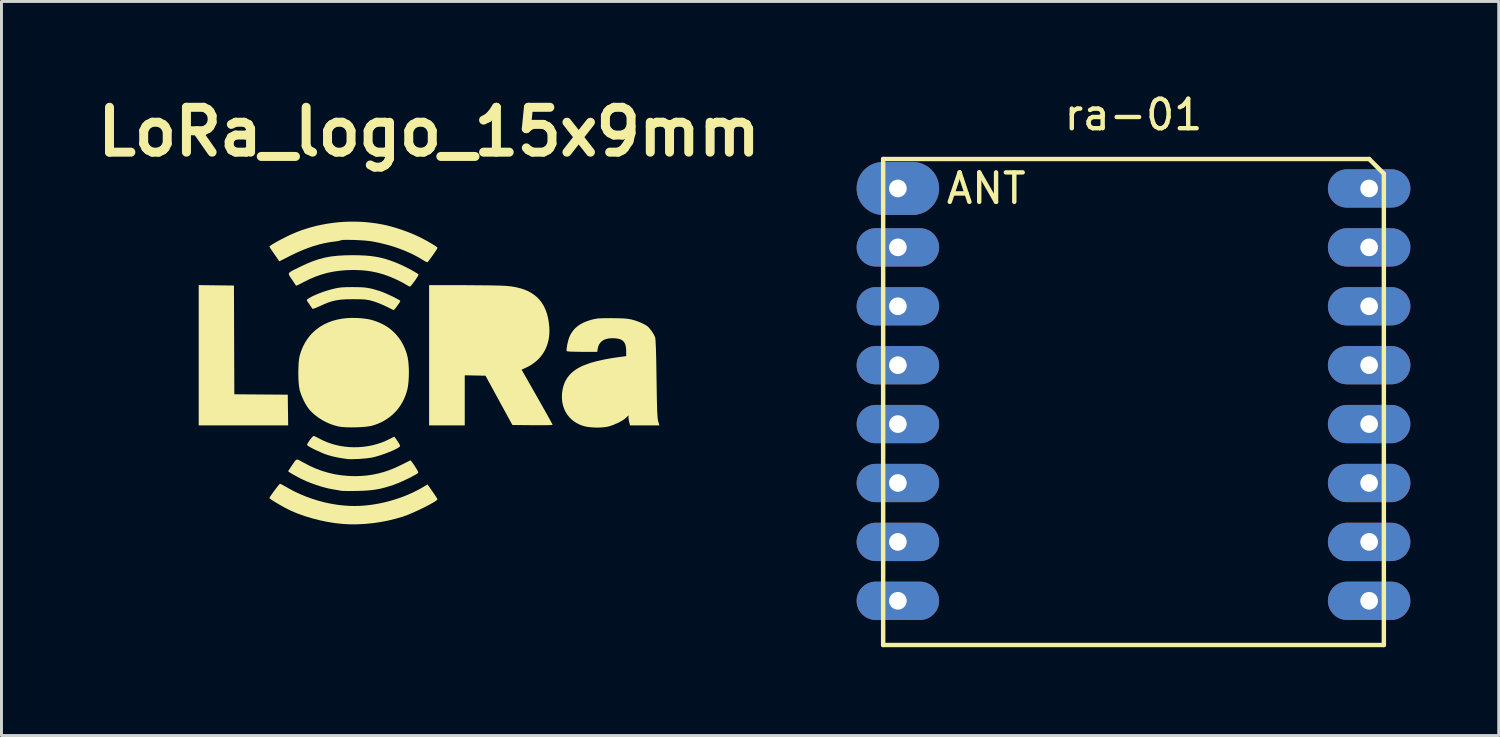
<source format=kicad_pcb>
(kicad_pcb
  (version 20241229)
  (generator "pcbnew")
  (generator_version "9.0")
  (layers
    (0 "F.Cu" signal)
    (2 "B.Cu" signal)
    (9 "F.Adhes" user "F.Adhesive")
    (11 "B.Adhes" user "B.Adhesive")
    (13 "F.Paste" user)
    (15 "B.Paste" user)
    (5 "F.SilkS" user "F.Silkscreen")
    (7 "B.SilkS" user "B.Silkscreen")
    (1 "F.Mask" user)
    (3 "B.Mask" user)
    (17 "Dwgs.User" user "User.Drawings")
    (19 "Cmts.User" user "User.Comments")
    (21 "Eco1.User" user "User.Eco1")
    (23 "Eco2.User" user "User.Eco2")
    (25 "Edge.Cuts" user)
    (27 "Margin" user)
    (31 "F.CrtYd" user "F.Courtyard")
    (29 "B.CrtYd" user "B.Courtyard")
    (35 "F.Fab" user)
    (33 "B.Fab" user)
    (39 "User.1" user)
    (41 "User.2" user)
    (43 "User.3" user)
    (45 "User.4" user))
  (footprint "LoRa_logo_15x9mm"
    (layer "F.Cu")
    (at 11.517 9.613)
    (property "Reference" "LoRa_logo_15x9mm" (at 0 -8.186 0) (layer "F.SilkS") (effects (font (size 1.524 1.524) (thickness 0.305))))
    (attr smd)
    (fp_poly (pts (xy -2.944 5.124) (xy -3.2 5.096) (xy -3.462 5.054) (xy -3.723 4.999) (xy -3.981 4.932) (xy -4.231 4.856) (xy -4.468 4.771) (xy -4.688 4.678) (xy -4.887 4.578) (xy -5.098 4.46) (xy -5.269 4.357) (xy -5.383 4.282) (xy -5.413 4.258) (xy -7.821 1.779) (xy -7.821 -0.602) (xy -7.821 -0.602) (xy -7.821 -2.983) (xy -7.223 -2.976) (xy -6.624 -2.969) (xy -6.618 -1.123) (xy -6.611 0.723) (xy -5.704 0.73) (xy -4.797 0.737) (xy -4.79 1.258) (xy -4.783 1.779) (xy -6.302 1.779) (xy -7.821 1.779) (xy -5.413 4.258) (xy -5.422 4.245) (xy -3.965 1.347) (xy -4.06 1.247) (xy -4.108 1.186) (xy -4.156 1.115) (xy -4.203 1.036) (xy -4.248 0.952) (xy -4.328 0.773) (xy -4.361 0.683) (xy -4.389 0.595) (xy -4.41 0.486) (xy -4.426 0.344) (xy -4.436 0.179) (xy -4.439 0.004) (xy -4.436 -0.172) (xy -4.428 -0.336) (xy -4.413 -0.479) (xy -4.392 -0.589) (xy -4.343 -0.745) (xy -4.282 -0.893) (xy -4.211 -1.03) (xy -4.129 -1.158) (xy -4.037 -1.277) (xy -3.934 -1.385) (xy -3.822 -1.482) (xy -3.701 -1.57) (xy -3.571 -1.646) (xy -3.432 -1.712) (xy -3.284 -1.767) (xy -3.128 -1.81) (xy -2.965 -1.842) (xy -2.793 -1.862) (xy -2.615 -1.87) (xy -2.43 -1.866) (xy -2.303 -1.858) (xy -2.188 -1.846) (xy -2.082 -1.83) (xy -1.982 -1.809) (xy -1.886 -1.782) (xy -1.791 -1.75) (xy -1.694 -1.711) (xy -1.593 -1.665) (xy -1.513 -1.623) (xy -1.436 -1.577) (xy -1.362 -1.526) (xy -1.291 -1.471) (xy -1.223 -1.411) (xy -1.158 -1.348) (xy -1.097 -1.281) (xy -1.04 -1.21) (xy -0.986 -1.136) (xy -0.936 -1.058) (xy -0.89 -0.978) (xy -0.849 -0.894) (xy -0.812 -0.809) (xy -0.779 -0.72) (xy -0.751 -0.63) (xy -0.728 -0.537) (xy -0.708 -0.418) (xy -0.694 -0.279) (xy -0.686 -0.128) (xy -0.685 0.029) (xy -0.69 0.185) (xy -0.701 0.333) (xy -0.718 0.466) (xy -0.741 0.578) (xy -0.775 0.691) (xy -0.814 0.799) (xy -0.859 0.903) (xy -0.911 1.002) (xy -0.968 1.096) (xy -1.03 1.186) (xy -1.098 1.271) (xy -1.172 1.35) (xy -1.251 1.425) (xy -1.335 1.494) (xy -1.424 1.558) (xy -1.518 1.616) (xy -1.616 1.669) (xy -1.72 1.716) (xy -1.828 1.757) (xy -1.941 1.792) (xy -2.04 1.812) (xy -2.172 1.828) (xy -2.327 1.839) (xy -2.493 1.846) (xy -2.661 1.847) (xy -2.819 1.843) (xy -2.956 1.834) (xy -3.063 1.819) (xy -3.063 1.819) (xy -3.205 1.783) (xy -3.346 1.735) (xy -3.484 1.675) (xy -3.616 1.606) (xy -3.742 1.527) (xy -3.859 1.44) (xy -3.965 1.347) (xy -5.422 4.245) (xy -5.402 4.208) (xy -5.361 4.146) (xy -4.786 3.335) (xy -4.667 3.155) (xy -4.565 3.005) (xy -4.529 2.964) (xy -4.496 2.943) (xy -4.479 2.94) (xy -4.461 2.942) (xy -4.417 2.957) (xy -4.283 3.032) (xy -4.075 3.142) (xy -3.864 3.238) (xy -3.649 3.319) (xy -3.431 3.385) (xy -3.209 3.437) (xy -2.983 3.473) (xy -2.753 3.495) (xy -2.52 3.503) (xy -2.315 3.497) (xy -2.116 3.481) (xy -1.92 3.453) (xy -1.728 3.413) (xy -1.538 3.362) (xy -1.35 3.299) (xy -1.163 3.224) (xy -0.976 3.136) (xy -0.636 2.968) (xy -0.629 2.97) (xy -0.616 2.98) (xy -0.581 3.022) (xy -0.486 3.158) (xy -0.399 3.302) (xy -0.373 3.355) (xy -0.366 3.384) (xy -0.396 3.412) (xy -0.465 3.456) (xy -0.685 3.573) (xy -0.955 3.698) (xy -1.086 3.753) (xy -1.203 3.797) (xy -1.361 3.849) (xy -1.507 3.892) (xy -1.646 3.927) (xy -1.785 3.954) (xy -1.927 3.974) (xy -2.079 3.989) (xy -2.245 3.999) (xy -2.43 4.005) (xy -2.776 4.008) (xy -2.957 4.003) (xy -2.957 4.003) (xy -3.266 3.95) (xy -3.4 3.924) (xy -3.541 3.89) (xy -3.688 3.848) (xy -3.837 3.8) (xy -3.985 3.747) (xy -4.129 3.69) (xy -4.266 3.63) (xy -4.394 3.567) (xy -4.605 3.453) (xy -4.727 3.379) (xy -4.786 3.335) (xy -5.361 4.146) (xy -5.243 3.982) (xy -5.124 3.828) (xy -5.082 3.779) (xy -4.149 -2.458) (xy -4.151 -2.472) (xy -4.14 -2.489) (xy -4.09 -2.531) (xy -4.005 -2.581) (xy -3.893 -2.636) (xy -3.759 -2.693) (xy -3.612 -2.748) (xy -3.457 -2.799) (xy -3.302 -2.843) (xy -3.141 -2.881) (xy -3 -2.903) (xy -2.837 -2.913) (xy -2.61 -2.916) (xy -2.332 -2.912) (xy -2.219 -2.905) (xy -2.116 -2.893) (xy -2.017 -2.876) (xy -1.915 -2.853) (xy -1.683 -2.785) (xy -1.592 -2.752) (xy -1.484 -2.708) (xy -1.25 -2.602) (xy -1.056 -2.502) (xy -0.997 -2.465) (xy -0.981 -2.452) (xy -0.976 -2.443) (xy -0.985 -2.421) (xy -1.008 -2.382) (xy -1.081 -2.277) (xy -1.158 -2.178) (xy -1.187 -2.147) (xy -1.202 -2.135) (xy -1.279 -2.17) (xy -1.439 -2.25) (xy -1.542 -2.299) (xy -1.661 -2.35) (xy -1.782 -2.397) (xy -1.889 -2.433) (xy -2.027 -2.471) (xy -2.155 -2.492) (xy -2.32 -2.502) (xy -2.571 -2.504) (xy -2.754 -2.503) (xy -2.912 -2.496) (xy -3.052 -2.483) (xy -3.179 -2.462) (xy -3.302 -2.432) (xy -3.426 -2.391) (xy -3.557 -2.338) (xy -3.702 -2.272) (xy -3.877 -2.197) (xy -3.934 -2.179) (xy -3.959 -2.179) (xy -4.149 -2.458) (xy -5.082 3.779) (xy -5.061 3.76) (xy -4.046 -3.191) (xy -4.239 -3.095) (xy -4.43 -2.997) (xy -4.513 -2.961) (xy -4.655 -3.173) (xy -4.709 -3.251) (xy -4.745 -3.31) (xy -4.756 -3.334) (xy -4.761 -3.356) (xy -4.759 -3.375) (xy -4.751 -3.394) (xy -4.736 -3.412) (xy -4.713 -3.431) (xy -4.642 -3.474) (xy -4.385 -3.601) (xy -4.157 -3.708) (xy -3.945 -3.795) (xy -3.741 -3.864) (xy -3.539 -3.917) (xy -3.332 -3.955) (xy -3.11 -3.98) (xy -2.868 -3.994) (xy -2.597 -3.999) (xy -2.37 -3.996) (xy -2.166 -3.987) (xy -1.979 -3.97) (xy -1.806 -3.946) (xy -1.64 -3.913) (xy -1.476 -3.87) (xy -1.309 -3.816) (xy -1.135 -3.751) (xy -1.011 -3.699) (xy -0.881 -3.64) (xy -0.629 -3.513) (xy -0.435 -3.401) (xy -0.378 -3.361) (xy -0.363 -3.346) (xy -0.358 -3.336) (xy -0.369 -3.306) (xy -0.399 -3.254) (xy -0.492 -3.117) (xy -0.59 -2.989) (xy -0.627 -2.947) (xy -0.648 -2.932) (xy -0.693 -2.949) (xy -0.757 -2.985) (xy -0.915 -3.077) (xy -1.115 -3.176) (xy -1.327 -3.268) (xy -1.522 -3.339) (xy -1.65 -3.377) (xy -1.776 -3.41) (xy -1.903 -3.437) (xy -2.032 -3.459) (xy -2.162 -3.476) (xy -2.296 -3.487) (xy -2.434 -3.494) (xy -2.578 -3.497) (xy -2.806 -3.491) (xy -3.026 -3.472) (xy -3.24 -3.442) (xy -3.449 -3.399) (xy -3.652 -3.342) (xy -3.851 -3.273) (xy -4.046 -3.191) (xy -5.061 3.76) (xy -5.001 3.786) (xy -4.891 3.848) (xy -4.756 3.925) (xy -4.618 3.999) (xy -4.477 4.068) (xy -4.333 4.132) (xy -4.187 4.192) (xy -4.039 4.247) (xy -3.889 4.297) (xy -3.738 4.343) (xy -3.586 4.383) (xy 7.821 1.779) (xy 7.323 1.779) (xy 6.824 1.779) (xy 6.798 1.682) (xy 6.779 1.593) (xy 6.771 1.512) (xy 6.771 1.438) (xy 6.687 1.522) (xy 6.641 1.561) (xy 6.581 1.602) (xy 6.51 1.644) (xy 6.431 1.686) (xy 6.259 1.762) (xy 6.172 1.792) (xy 6.09 1.817) (xy 6.005 1.834) (xy 5.907 1.845) (xy 5.8 1.852) (xy 5.688 1.854) (xy 5.575 1.85) (xy 5.466 1.841) (xy 5.365 1.828) (xy 5.277 1.809) (xy 5.277 1.809) (xy 5.177 1.778) (xy 5.083 1.739) (xy 4.996 1.693) (xy 4.915 1.64) (xy 4.84 1.58) (xy 4.773 1.513) (xy 4.713 1.441) (xy 4.66 1.362) (xy 4.614 1.279) (xy 4.577 1.191) (xy 4.547 1.098) (xy 4.526 1.002) (xy 4.514 0.901) (xy 4.51 0.798) (xy 4.515 0.691) (xy 4.53 0.582) (xy 4.547 0.498) (xy 4.57 0.419) (xy 4.597 0.343) (xy 4.63 0.271) (xy 4.669 0.202) (xy 4.712 0.137) (xy 4.762 0.076) (xy 4.817 0.017) (xy 4.878 -0.037) (xy 4.944 -0.089) (xy 5.017 -0.138) (xy 5.096 -0.184) (xy 5.181 -0.227) (xy 5.273 -0.267) (xy 5.371 -0.305) (xy 5.475 -0.34) (xy 5.681 -0.398) (xy 5.92 -0.452) (xy 6.178 -0.5) (xy 6.442 -0.539) (xy 6.693 -0.572) (xy 6.693 -0.741) (xy 6.687 -0.853) (xy 6.669 -0.947) (xy 6.655 -0.987) (xy 6.637 -1.023) (xy 6.615 -1.055) (xy 6.59 -1.082) (xy 6.56 -1.107) (xy 6.527 -1.127) (xy 6.489 -1.144) (xy 6.447 -1.157) (xy 6.348 -1.175) (xy 6.23 -1.181) (xy 6.124 -1.175) (xy 6.03 -1.158) (xy 5.948 -1.13) (xy 5.879 -1.09) (xy 5.823 -1.039) (xy 5.778 -0.976) (xy 5.745 -0.902) (xy 5.725 -0.816) (xy 5.709 -0.717) (xy 5.199 -0.717) (xy 4.83 -0.724) (xy 4.718 -0.732) (xy 4.674 -0.742) (xy 4.668 -0.77) (xy 4.67 -0.82) (xy 4.691 -0.96) (xy 4.729 -1.118) (xy 4.752 -1.19) (xy 4.775 -1.249) (xy 4.827 -1.348) (xy 4.888 -1.437) (xy 4.96 -1.518) (xy 5.043 -1.589) (xy 5.137 -1.653) (xy 5.244 -1.71) (xy 5.364 -1.759) (xy 5.498 -1.803) (xy 5.622 -1.834) (xy 5.75 -1.852) (xy 5.925 -1.86) (xy 6.192 -1.861) (xy 6.431 -1.858) (xy 6.614 -1.851) (xy 6.756 -1.837) (xy 6.871 -1.817) (xy 7.029 -1.771) (xy 7.19 -1.709) (xy 7.331 -1.64) (xy 7.386 -1.606) (xy 7.429 -1.574) (xy 7.499 -1.499) (xy 7.572 -1.401) (xy 7.635 -1.298) (xy 7.676 -1.209) (xy 7.683 -1.167) (xy 7.69 -1.089) (xy 7.703 -0.819) (xy 7.714 -0.393) (xy 7.723 0.196) (xy 7.734 0.862) (xy 7.745 1.283) (xy 7.76 1.522) (xy 7.769 1.594) (xy 7.781 1.644) (xy 7.821 1.779) (xy -3.586 4.383) (xy -3.433 4.418) (xy -3.28 4.448) (xy -3.126 4.473) (xy -2.973 4.492) (xy 4.197 1.76) (xy 4.143 1.767) (xy 3.996 1.772) (xy 3.513 1.773) (xy 2.829 1.766) (xy 2.372 0.93) (xy 1.916 0.093) (xy 1.564 0.086) (xy 1.212 0.079) (xy 1.212 0.929) (xy 1.212 1.779) (xy 0.607 1.779) (xy 0.002 1.779) (xy 0.002 -0.602) (xy 0.002 -0.602) (xy 0.002 -2.982) (xy 1.167 -2.982) (xy 2.077 -2.974) (xy 2.423 -2.966) (xy 2.631 -2.956) (xy 2.8 -2.938) (xy 2.958 -2.91) (xy 3.105 -2.874) (xy 3.241 -2.829) (xy 3.367 -2.775) (xy 3.482 -2.711) (xy 3.587 -2.639) (xy 3.682 -2.557) (xy 3.766 -2.466) (xy 3.841 -2.365) (xy 3.905 -2.255) (xy 3.96 -2.134) (xy 4.005 -2.004) (xy 4.04 -1.864) (xy 4.066 -1.714) (xy 4.083 -1.554) (xy 4.087 -1.438) (xy 4.084 -1.326) (xy 4.073 -1.217) (xy 4.054 -1.111) (xy 4.029 -1.009) (xy 3.996 -0.911) (xy 3.956 -0.817) (xy 3.908 -0.727) (xy 3.854 -0.641) (xy 3.793 -0.56) (xy 3.725 -0.483) (xy 3.651 -0.412) (xy 3.57 -0.346) (xy 3.483 -0.285) (xy 3.39 -0.229) (xy 3.29 -0.18) (xy 3.142 -0.113) (xy 3.669 0.814) (xy 4.042 1.474) (xy 4.197 1.76) (xy -2.973 4.492) (xy -2.821 4.505) (xy -2.67 4.514) (xy -2.52 4.516) (xy -2.373 4.513) (xy -2.223 4.504) (xy -2.072 4.489) (xy -1.921 4.47) (xy -1.768 4.445) (xy -1.615 4.415) (xy -1.463 4.38) (xy -1.311 4.34) (xy -1.161 4.295) (xy -1.013 4.246) (xy -0.867 4.193) (xy -0.723 4.135) (xy -0.583 4.073) (xy -0.446 4.007) (xy -0.314 3.938) (xy -0.229 -3.848) (xy -0.406 -3.952) (xy -0.596 -4.049) (xy -0.797 -4.139) (xy -1.009 -4.222) (xy -1.229 -4.297) (xy -1.457 -4.362) (xy -1.69 -4.419) (xy -1.928 -4.466) (xy -2.052 -4.483) (xy -2.204 -4.498) (xy -2.54 -4.517) (xy -2.836 -4.52) (xy -2.939 -4.515) (xy -2.995 -4.504) (xy -3.077 -4.481) (xy -3.2 -4.463) (xy -3.375 -4.44) (xy -3.554 -4.406) (xy -3.737 -4.362) (xy -3.923 -4.308) (xy -4.112 -4.243) (xy -4.303 -4.168) (xy -4.497 -4.083) (xy -4.692 -3.989) (xy -5.083 -3.79) (xy -5.248 -4.027) (xy -5.367 -4.201) (xy -5.42 -4.286) (xy -5.416 -4.296) (xy -5.4 -4.312) (xy -5.336 -4.358) (xy -5.237 -4.418) (xy -5.112 -4.488) (xy -4.823 -4.637) (xy -4.676 -4.706) (xy -4.54 -4.765) (xy -4.367 -4.832) (xy -4.19 -4.892) (xy -4.011 -4.946) (xy -3.828 -4.994) (xy -3.643 -5.034) (xy -3.456 -5.068) (xy -3.268 -5.096) (xy -3.078 -5.117) (xy -2.887 -5.131) (xy -2.696 -5.138) (xy -2.504 -5.138) (xy -2.312 -5.132) (xy -2.121 -5.119) (xy -1.931 -5.098) (xy -1.742 -5.071) (xy -1.555 -5.037) (xy -1.408 -5.004) (xy -1.25 -4.962) (xy -1.085 -4.913) (xy -0.918 -4.858) (xy -0.753 -4.798) (xy -0.593 -4.736) (xy -0.443 -4.671) (xy -0.307 -4.607) (xy -0.083 -4.489) (xy 0.106 -4.381) (xy 0.237 -4.296) (xy 0.273 -4.267) (xy 0.285 -4.249) (xy 0.272 -4.217) (xy 0.235 -4.156) (xy 0.121 -3.989) (xy 0.003 -3.828) (xy -0.04 -3.776) (xy -0.062 -3.757) (xy -0.122 -3.784) (xy -0.229 -3.848) (xy -0.314 3.938) (xy -0.186 3.864) (xy -0.053 3.784) (xy 0.116 4.023) (xy -1.085 2.292) (xy -1.024 2.386) (xy -0.991 2.45) (xy -0.984 2.471) (xy -0.984 2.485) (xy -0.996 2.501) (xy -1.02 2.521) (xy -1.099 2.569) (xy -1.21 2.624) (xy -1.346 2.682) (xy -1.496 2.739) (xy -1.651 2.793) (xy -1.802 2.838) (xy -1.94 2.872) (xy -2.129 2.899) (xy -2.371 2.918) (xy -2.607 2.927) (xy -2.704 2.926) (xy -2.777 2.921) (xy -2.777 2.921) (xy -2.951 2.897) (xy -3.114 2.868) (xy -3.27 2.833) (xy -3.42 2.792) (xy -3.521 2.758) (xy -3.636 2.712) (xy -3.872 2.605) (xy -3.977 2.552) (xy -4.063 2.504) (xy -4.12 2.465) (xy -4.136 2.45) (xy -4.141 2.439) (xy -4.133 2.412) (xy -4.112 2.371) (xy -4.044 2.27) (xy -3.969 2.179) (xy -3.939 2.15) (xy -3.919 2.139) (xy -3.894 2.145) (xy -3.853 2.162) (xy -3.745 2.217) (xy -3.609 2.287) (xy -3.468 2.348) (xy -3.322 2.4) (xy -3.172 2.443) (xy -3.019 2.477) (xy -2.864 2.501) (xy -2.706 2.516) (xy -2.548 2.522) (xy -2.389 2.518) (xy -2.231 2.506) (xy -2.073 2.484) (xy -1.918 2.453) (xy -1.765 2.412) (xy -1.615 2.363) (xy -1.47 2.304) (xy -1.329 2.236) (xy -1.222 2.183) (xy -1.188 2.17) (xy -1.173 2.168) (xy -1.085 2.292) (xy 0.116 4.023) (xy 0.236 4.2) (xy 0.272 4.26) (xy 0.285 4.29) (xy 0.276 4.306) (xy 0.25 4.329) (xy 0.153 4.392) (xy 0.01 4.473) (xy -0.165 4.563) (xy -0.356 4.656) (xy -0.55 4.744) (xy -0.732 4.82) (xy -0.886 4.876) (xy -1.136 4.949) (xy -1.393 5.012) (xy -1.655 5.062) (xy -1.918 5.1) (xy -2.181 5.125) (xy -2.441 5.138) (xy -2.697 5.138) (xy -2.944 5.124)) (stroke (width 0) (type solid)) (fill yes) (layer "F.SilkS")))
  (footprint "ra-01"
    (layer "F.Cu")
    (at 35.434 10.848)
    (property "Reference" "ra-01" (at 0 -10 0) (layer "F.SilkS") (effects (font (size 1 1) (thickness 0.15))))
    (attr through_hole)
    (fp_line (start -8.5 -8.5) (end 8 -8.5) (stroke (width 0.15) (type solid)) (layer "F.SilkS"))
    (fp_line (start -8.5 8) (end -8.5 -8.5) (stroke (width 0.15) (type solid)) (layer "F.SilkS"))
    (fp_line (start 8 -8.5) (end 8.5 -8) (stroke (width 0.15) (type solid)) (layer "F.SilkS"))
    (fp_line (start 8.5 -8) (end 8.5 8) (stroke (width 0.15) (type solid)) (layer "F.SilkS"))
    (fp_line (start 8.5 8) (end -8.5 8) (stroke (width 0.15) (type solid)) (layer "F.SilkS"))
    (fp_text user "ANT" (at -5 -7.5 0) (layer "F.SilkS") (effects (font (size 1 1) (thickness 0.15))))
    (pad "1" thru_hole oval (at -8 -7.5) (size 2.8 1.8) (drill 0.6) (layers "F.Cu" "F.Mask"))
    (pad "2" thru_hole oval (at -8 -5.5) (size 2.8 1.3) (drill 0.6) (layers "F.Cu" "F.Mask"))
    (pad "3" thru_hole oval (at -8 -3.5) (size 2.8 1.3) (drill 0.6) (layers "F.Cu" "F.Mask"))
    (pad "4" thru_hole oval (at -8 -1.5) (size 2.8 1.3) (drill 0.6) (layers "F.Cu" "F.Mask"))
    (pad "5" thru_hole oval (at -8 0.5) (size 2.8 1.3) (drill 0.6) (layers "F.Cu" "F.Mask"))
    (pad "6" thru_hole oval (at -8 2.5) (size 2.8 1.3) (drill 0.6) (layers "F.Cu" "F.Mask"))
    (pad "7" thru_hole oval (at -8 4.5) (size 2.8 1.3) (drill 0.6) (layers "F.Cu" "F.Mask"))
    (pad "8" thru_hole oval (at -8 6.5) (size 2.8 1.3) (drill 0.6) (layers "F.Cu" "F.Mask"))
    (pad "9" thru_hole oval (at 8 6.5) (size 2.8 1.3) (drill 0.6) (layers "F.Cu" "F.Mask"))
    (pad "10" thru_hole oval (at 8 4.5) (size 2.8 1.3) (drill 0.6) (layers "F.Cu" "F.Mask"))
    (pad "11" thru_hole oval (at 8 2.5) (size 2.8 1.3) (drill 0.6) (layers "F.Cu" "F.Mask"))
    (pad "12" thru_hole oval (at 8 0.5) (size 2.8 1.3) (drill 0.6) (layers "F.Cu" "F.Mask"))
    (pad "13" thru_hole oval (at 8 -1.5) (size 2.8 1.3) (drill 0.6) (layers "F.Cu" "F.Mask"))
    (pad "14" thru_hole oval (at 8 -3.5) (size 2.8 1.3) (drill 0.6) (layers "F.Cu" "F.Mask"))
    (pad "15" thru_hole oval (at 8 -5.5) (size 2.8 1.3) (drill 0.6) (layers "F.Cu" "F.Mask"))
    (pad "16" thru_hole oval (at 8 -7.5) (size 2.8 1.3) (drill 0.6) (layers "F.Cu" "F.Mask")))
  (gr_rect
    (start -3 -3)
    (end 47.834 21.923)
    (stroke (width 0.1) (type default))
    (fill no)
    (layer "Edge.Cuts")))
</source>
